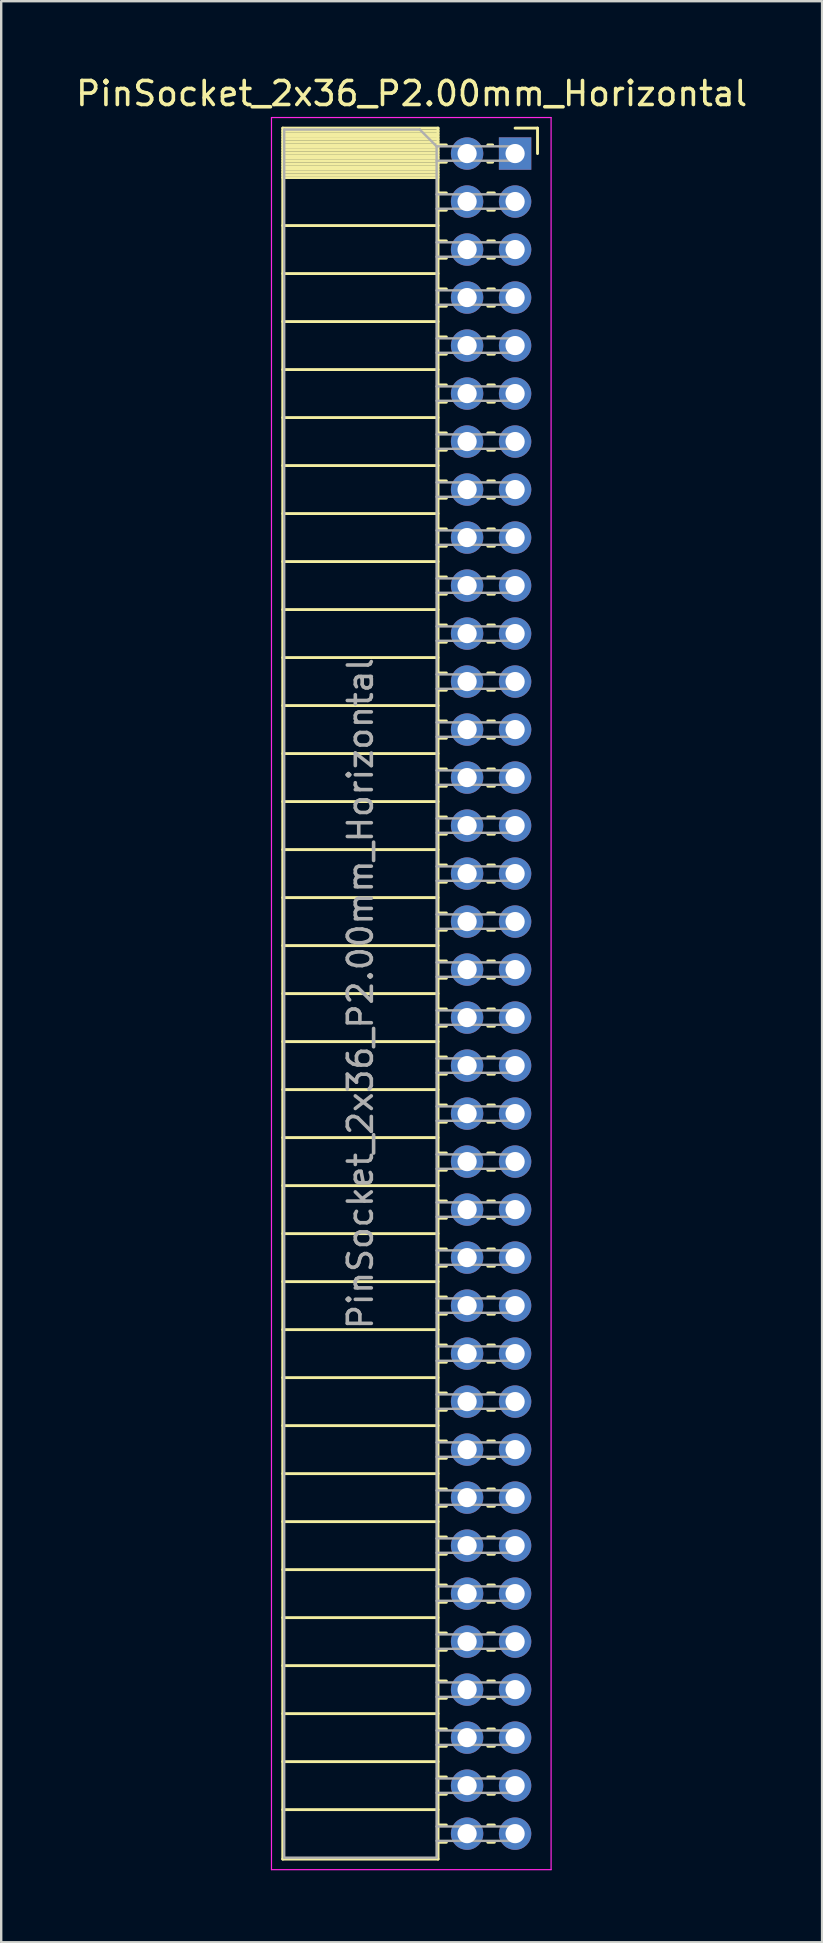
<source format=kicad_pcb>
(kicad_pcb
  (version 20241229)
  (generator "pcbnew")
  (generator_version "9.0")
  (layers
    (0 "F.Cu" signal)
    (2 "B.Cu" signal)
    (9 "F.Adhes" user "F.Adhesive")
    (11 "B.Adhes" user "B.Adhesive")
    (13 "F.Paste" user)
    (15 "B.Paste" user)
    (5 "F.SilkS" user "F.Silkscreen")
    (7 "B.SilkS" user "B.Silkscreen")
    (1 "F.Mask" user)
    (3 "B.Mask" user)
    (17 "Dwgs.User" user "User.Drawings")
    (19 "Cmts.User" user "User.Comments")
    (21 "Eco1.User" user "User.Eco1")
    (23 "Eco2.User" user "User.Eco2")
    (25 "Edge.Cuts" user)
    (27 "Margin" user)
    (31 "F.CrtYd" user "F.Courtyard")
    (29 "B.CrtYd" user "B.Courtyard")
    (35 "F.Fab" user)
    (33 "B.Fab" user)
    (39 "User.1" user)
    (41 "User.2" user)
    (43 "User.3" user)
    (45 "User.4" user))
  (footprint "PinSocket_2x36_P2.00mm_Horizontal"
    (layer "F.Cu")
    (at 18.411 3.348)
    (property "Reference" "PinSocket_2x36_P2.00mm_Horizontal" (at -4.31 -2.5 0) (layer "F.SilkS") (effects (font (size 1 1) (thickness 0.15))))
    (attr through_hole)
    (fp_line (start -9.68 -1.06) (end -9.68 71.06) (stroke (width 0.12) (type solid)) (layer "F.SilkS"))
    (fp_line (start -9.68 -1.06) (end -3.21 -1.06) (stroke (width 0.12) (type solid)) (layer "F.SilkS"))
    (fp_line (start -9.68 -0.94) (end -3.21 -0.94) (stroke (width 0.12) (type solid)) (layer "F.SilkS"))
    (fp_line (start -9.68 -0.826) (end -3.21 -0.826) (stroke (width 0.12) (type solid)) (layer "F.SilkS"))
    (fp_line (start -9.68 -0.712) (end -3.21 -0.712) (stroke (width 0.12) (type solid)) (layer "F.SilkS"))
    (fp_line (start -9.68 -0.598) (end -3.21 -0.598) (stroke (width 0.12) (type solid)) (layer "F.SilkS"))
    (fp_line (start -9.68 -0.484) (end -3.21 -0.484) (stroke (width 0.12) (type solid)) (layer "F.SilkS"))
    (fp_line (start -9.68 -0.369) (end -3.21 -0.369) (stroke (width 0.12) (type solid)) (layer "F.SilkS"))
    (fp_line (start -9.68 -0.255) (end -3.21 -0.255) (stroke (width 0.12) (type solid)) (layer "F.SilkS"))
    (fp_line (start -9.68 -0.141) (end -3.21 -0.141) (stroke (width 0.12) (type solid)) (layer "F.SilkS"))
    (fp_line (start -9.68 -0.027) (end -3.21 -0.027) (stroke (width 0.12) (type solid)) (layer "F.SilkS"))
    (fp_line (start -9.68 0.087) (end -3.21 0.087) (stroke (width 0.12) (type solid)) (layer "F.SilkS"))
    (fp_line (start -9.68 0.201) (end -3.21 0.201) (stroke (width 0.12) (type solid)) (layer "F.SilkS"))
    (fp_line (start -9.68 0.315) (end -3.21 0.315) (stroke (width 0.12) (type solid)) (layer "F.SilkS"))
    (fp_line (start -9.68 0.429) (end -3.21 0.429) (stroke (width 0.12) (type solid)) (layer "F.SilkS"))
    (fp_line (start -9.68 0.544) (end -3.21 0.544) (stroke (width 0.12) (type solid)) (layer "F.SilkS"))
    (fp_line (start -9.68 0.658) (end -3.21 0.658) (stroke (width 0.12) (type solid)) (layer "F.SilkS"))
    (fp_line (start -9.68 0.772) (end -3.21 0.772) (stroke (width 0.12) (type solid)) (layer "F.SilkS"))
    (fp_line (start -9.68 0.886) (end -3.21 0.886) (stroke (width 0.12) (type solid)) (layer "F.SilkS"))
    (fp_line (start -9.68 1) (end -3.21 1) (stroke (width 0.12) (type solid)) (layer "F.SilkS"))
    (fp_line (start -9.68 3) (end -3.21 3) (stroke (width 0.12) (type solid)) (layer "F.SilkS"))
    (fp_line (start -9.68 5) (end -3.21 5) (stroke (width 0.12) (type solid)) (layer "F.SilkS"))
    (fp_line (start -9.68 7) (end -3.21 7) (stroke (width 0.12) (type solid)) (layer "F.SilkS"))
    (fp_line (start -9.68 9) (end -3.21 9) (stroke (width 0.12) (type solid)) (layer "F.SilkS"))
    (fp_line (start -9.68 11) (end -3.21 11) (stroke (width 0.12) (type solid)) (layer "F.SilkS"))
    (fp_line (start -9.68 13) (end -3.21 13) (stroke (width 0.12) (type solid)) (layer "F.SilkS"))
    (fp_line (start -9.68 15) (end -3.21 15) (stroke (width 0.12) (type solid)) (layer "F.SilkS"))
    (fp_line (start -9.68 17) (end -3.21 17) (stroke (width 0.12) (type solid)) (layer "F.SilkS"))
    (fp_line (start -9.68 19) (end -3.21 19) (stroke (width 0.12) (type solid)) (layer "F.SilkS"))
    (fp_line (start -9.68 21) (end -3.21 21) (stroke (width 0.12) (type solid)) (layer "F.SilkS"))
    (fp_line (start -9.68 23) (end -3.21 23) (stroke (width 0.12) (type solid)) (layer "F.SilkS"))
    (fp_line (start -9.68 25) (end -3.21 25) (stroke (width 0.12) (type solid)) (layer "F.SilkS"))
    (fp_line (start -9.68 27) (end -3.21 27) (stroke (width 0.12) (type solid)) (layer "F.SilkS"))
    (fp_line (start -9.68 29) (end -3.21 29) (stroke (width 0.12) (type solid)) (layer "F.SilkS"))
    (fp_line (start -9.68 31) (end -3.21 31) (stroke (width 0.12) (type solid)) (layer "F.SilkS"))
    (fp_line (start -9.68 33) (end -3.21 33) (stroke (width 0.12) (type solid)) (layer "F.SilkS"))
    (fp_line (start -9.68 35) (end -3.21 35) (stroke (width 0.12) (type solid)) (layer "F.SilkS"))
    (fp_line (start -9.68 37) (end -3.21 37) (stroke (width 0.12) (type solid)) (layer "F.SilkS"))
    (fp_line (start -9.68 39) (end -3.21 39) (stroke (width 0.12) (type solid)) (layer "F.SilkS"))
    (fp_line (start -9.68 41) (end -3.21 41) (stroke (width 0.12) (type solid)) (layer "F.SilkS"))
    (fp_line (start -9.68 43) (end -3.21 43) (stroke (width 0.12) (type solid)) (layer "F.SilkS"))
    (fp_line (start -9.68 45) (end -3.21 45) (stroke (width 0.12) (type solid)) (layer "F.SilkS"))
    (fp_line (start -9.68 47) (end -3.21 47) (stroke (width 0.12) (type solid)) (layer "F.SilkS"))
    (fp_line (start -9.68 49) (end -3.21 49) (stroke (width 0.12) (type solid)) (layer "F.SilkS"))
    (fp_line (start -9.68 51) (end -3.21 51) (stroke (width 0.12) (type solid)) (layer "F.SilkS"))
    (fp_line (start -9.68 53) (end -3.21 53) (stroke (width 0.12) (type solid)) (layer "F.SilkS"))
    (fp_line (start -9.68 55) (end -3.21 55) (stroke (width 0.12) (type solid)) (layer "F.SilkS"))
    (fp_line (start -9.68 57) (end -3.21 57) (stroke (width 0.12) (type solid)) (layer "F.SilkS"))
    (fp_line (start -9.68 59) (end -3.21 59) (stroke (width 0.12) (type solid)) (layer "F.SilkS"))
    (fp_line (start -9.68 61) (end -3.21 61) (stroke (width 0.12) (type solid)) (layer "F.SilkS"))
    (fp_line (start -9.68 63) (end -3.21 63) (stroke (width 0.12) (type solid)) (layer "F.SilkS"))
    (fp_line (start -9.68 65) (end -3.21 65) (stroke (width 0.12) (type solid)) (layer "F.SilkS"))
    (fp_line (start -9.68 67) (end -3.21 67) (stroke (width 0.12) (type solid)) (layer "F.SilkS"))
    (fp_line (start -9.68 69) (end -3.21 69) (stroke (width 0.12) (type solid)) (layer "F.SilkS"))
    (fp_line (start -9.68 71.06) (end -3.21 71.06) (stroke (width 0.12) (type solid)) (layer "F.SilkS"))
    (fp_line (start -3.21 -1.06) (end -3.21 71.06) (stroke (width 0.12) (type solid)) (layer "F.SilkS"))
    (fp_line (start -3.21 -0.36) (end -2.863 -0.36) (stroke (width 0.12) (type solid)) (layer "F.SilkS"))
    (fp_line (start -3.21 0.36) (end -2.863 0.36) (stroke (width 0.12) (type solid)) (layer "F.SilkS"))
    (fp_line (start -3.21 1.64) (end -2.863 1.64) (stroke (width 0.12) (type solid)) (layer "F.SilkS"))
    (fp_line (start -3.21 2.36) (end -2.863 2.36) (stroke (width 0.12) (type solid)) (layer "F.SilkS"))
    (fp_line (start -3.21 3.64) (end -2.863 3.64) (stroke (width 0.12) (type solid)) (layer "F.SilkS"))
    (fp_line (start -3.21 4.36) (end -2.863 4.36) (stroke (width 0.12) (type solid)) (layer "F.SilkS"))
    (fp_line (start -3.21 5.64) (end -2.863 5.64) (stroke (width 0.12) (type solid)) (layer "F.SilkS"))
    (fp_line (start -3.21 6.36) (end -2.863 6.36) (stroke (width 0.12) (type solid)) (layer "F.SilkS"))
    (fp_line (start -3.21 7.64) (end -2.863 7.64) (stroke (width 0.12) (type solid)) (layer "F.SilkS"))
    (fp_line (start -3.21 8.36) (end -2.863 8.36) (stroke (width 0.12) (type solid)) (layer "F.SilkS"))
    (fp_line (start -3.21 9.64) (end -2.863 9.64) (stroke (width 0.12) (type solid)) (layer "F.SilkS"))
    (fp_line (start -3.21 10.36) (end -2.863 10.36) (stroke (width 0.12) (type solid)) (layer "F.SilkS"))
    (fp_line (start -3.21 11.64) (end -2.863 11.64) (stroke (width 0.12) (type solid)) (layer "F.SilkS"))
    (fp_line (start -3.21 12.36) (end -2.863 12.36) (stroke (width 0.12) (type solid)) (layer "F.SilkS"))
    (fp_line (start -3.21 13.64) (end -2.863 13.64) (stroke (width 0.12) (type solid)) (layer "F.SilkS"))
    (fp_line (start -3.21 14.36) (end -2.863 14.36) (stroke (width 0.12) (type solid)) (layer "F.SilkS"))
    (fp_line (start -3.21 15.64) (end -2.863 15.64) (stroke (width 0.12) (type solid)) (layer "F.SilkS"))
    (fp_line (start -3.21 16.36) (end -2.863 16.36) (stroke (width 0.12) (type solid)) (layer "F.SilkS"))
    (fp_line (start -3.21 17.64) (end -2.863 17.64) (stroke (width 0.12) (type solid)) (layer "F.SilkS"))
    (fp_line (start -3.21 18.36) (end -2.863 18.36) (stroke (width 0.12) (type solid)) (layer "F.SilkS"))
    (fp_line (start -3.21 19.64) (end -2.863 19.64) (stroke (width 0.12) (type solid)) (layer "F.SilkS"))
    (fp_line (start -3.21 20.36) (end -2.863 20.36) (stroke (width 0.12) (type solid)) (layer "F.SilkS"))
    (fp_line (start -3.21 21.64) (end -2.863 21.64) (stroke (width 0.12) (type solid)) (layer "F.SilkS"))
    (fp_line (start -3.21 22.36) (end -2.863 22.36) (stroke (width 0.12) (type solid)) (layer "F.SilkS"))
    (fp_line (start -3.21 23.64) (end -2.863 23.64) (stroke (width 0.12) (type solid)) (layer "F.SilkS"))
    (fp_line (start -3.21 24.36) (end -2.863 24.36) (stroke (width 0.12) (type solid)) (layer "F.SilkS"))
    (fp_line (start -3.21 25.64) (end -2.863 25.64) (stroke (width 0.12) (type solid)) (layer "F.SilkS"))
    (fp_line (start -3.21 26.36) (end -2.863 26.36) (stroke (width 0.12) (type solid)) (layer "F.SilkS"))
    (fp_line (start -3.21 27.64) (end -2.863 27.64) (stroke (width 0.12) (type solid)) (layer "F.SilkS"))
    (fp_line (start -3.21 28.36) (end -2.863 28.36) (stroke (width 0.12) (type solid)) (layer "F.SilkS"))
    (fp_line (start -3.21 29.64) (end -2.863 29.64) (stroke (width 0.12) (type solid)) (layer "F.SilkS"))
    (fp_line (start -3.21 30.36) (end -2.863 30.36) (stroke (width 0.12) (type solid)) (layer "F.SilkS"))
    (fp_line (start -3.21 31.64) (end -2.863 31.64) (stroke (width 0.12) (type solid)) (layer "F.SilkS"))
    (fp_line (start -3.21 32.36) (end -2.863 32.36) (stroke (width 0.12) (type solid)) (layer "F.SilkS"))
    (fp_line (start -3.21 33.64) (end -2.863 33.64) (stroke (width 0.12) (type solid)) (layer "F.SilkS"))
    (fp_line (start -3.21 34.36) (end -2.863 34.36) (stroke (width 0.12) (type solid)) (layer "F.SilkS"))
    (fp_line (start -3.21 35.64) (end -2.863 35.64) (stroke (width 0.12) (type solid)) (layer "F.SilkS"))
    (fp_line (start -3.21 36.36) (end -2.863 36.36) (stroke (width 0.12) (type solid)) (layer "F.SilkS"))
    (fp_line (start -3.21 37.64) (end -2.863 37.64) (stroke (width 0.12) (type solid)) (layer "F.SilkS"))
    (fp_line (start -3.21 38.36) (end -2.863 38.36) (stroke (width 0.12) (type solid)) (layer "F.SilkS"))
    (fp_line (start -3.21 39.64) (end -2.863 39.64) (stroke (width 0.12) (type solid)) (layer "F.SilkS"))
    (fp_line (start -3.21 40.36) (end -2.863 40.36) (stroke (width 0.12) (type solid)) (layer "F.SilkS"))
    (fp_line (start -3.21 41.64) (end -2.863 41.64) (stroke (width 0.12) (type solid)) (layer "F.SilkS"))
    (fp_line (start -3.21 42.36) (end -2.863 42.36) (stroke (width 0.12) (type solid)) (layer "F.SilkS"))
    (fp_line (start -3.21 43.64) (end -2.863 43.64) (stroke (width 0.12) (type solid)) (layer "F.SilkS"))
    (fp_line (start -3.21 44.36) (end -2.863 44.36) (stroke (width 0.12) (type solid)) (layer "F.SilkS"))
    (fp_line (start -3.21 45.64) (end -2.863 45.64) (stroke (width 0.12) (type solid)) (layer "F.SilkS"))
    (fp_line (start -3.21 46.36) (end -2.863 46.36) (stroke (width 0.12) (type solid)) (layer "F.SilkS"))
    (fp_line (start -3.21 47.64) (end -2.863 47.64) (stroke (width 0.12) (type solid)) (layer "F.SilkS"))
    (fp_line (start -3.21 48.36) (end -2.863 48.36) (stroke (width 0.12) (type solid)) (layer "F.SilkS"))
    (fp_line (start -3.21 49.64) (end -2.863 49.64) (stroke (width 0.12) (type solid)) (layer "F.SilkS"))
    (fp_line (start -3.21 50.36) (end -2.863 50.36) (stroke (width 0.12) (type solid)) (layer "F.SilkS"))
    (fp_line (start -3.21 51.64) (end -2.863 51.64) (stroke (width 0.12) (type solid)) (layer "F.SilkS"))
    (fp_line (start -3.21 52.36) (end -2.863 52.36) (stroke (width 0.12) (type solid)) (layer "F.SilkS"))
    (fp_line (start -3.21 53.64) (end -2.863 53.64) (stroke (width 0.12) (type solid)) (layer "F.SilkS"))
    (fp_line (start -3.21 54.36) (end -2.863 54.36) (stroke (width 0.12) (type solid)) (layer "F.SilkS"))
    (fp_line (start -3.21 55.64) (end -2.863 55.64) (stroke (width 0.12) (type solid)) (layer "F.SilkS"))
    (fp_line (start -3.21 56.36) (end -2.863 56.36) (stroke (width 0.12) (type solid)) (layer "F.SilkS"))
    (fp_line (start -3.21 57.64) (end -2.863 57.64) (stroke (width 0.12) (type solid)) (layer "F.SilkS"))
    (fp_line (start -3.21 58.36) (end -2.863 58.36) (stroke (width 0.12) (type solid)) (layer "F.SilkS"))
    (fp_line (start -3.21 59.64) (end -2.863 59.64) (stroke (width 0.12) (type solid)) (layer "F.SilkS"))
    (fp_line (start -3.21 60.36) (end -2.863 60.36) (stroke (width 0.12) (type solid)) (layer "F.SilkS"))
    (fp_line (start -3.21 61.64) (end -2.863 61.64) (stroke (width 0.12) (type solid)) (layer "F.SilkS"))
    (fp_line (start -3.21 62.36) (end -2.863 62.36) (stroke (width 0.12) (type solid)) (layer "F.SilkS"))
    (fp_line (start -3.21 63.64) (end -2.863 63.64) (stroke (width 0.12) (type solid)) (layer "F.SilkS"))
    (fp_line (start -3.21 64.36) (end -2.863 64.36) (stroke (width 0.12) (type solid)) (layer "F.SilkS"))
    (fp_line (start -3.21 65.64) (end -2.863 65.64) (stroke (width 0.12) (type solid)) (layer "F.SilkS"))
    (fp_line (start -3.21 66.36) (end -2.863 66.36) (stroke (width 0.12) (type solid)) (layer "F.SilkS"))
    (fp_line (start -3.21 67.64) (end -2.863 67.64) (stroke (width 0.12) (type solid)) (layer "F.SilkS"))
    (fp_line (start -3.21 68.36) (end -2.863 68.36) (stroke (width 0.12) (type solid)) (layer "F.SilkS"))
    (fp_line (start -3.21 69.64) (end -2.863 69.64) (stroke (width 0.12) (type solid)) (layer "F.SilkS"))
    (fp_line (start -3.21 70.36) (end -2.863 70.36) (stroke (width 0.12) (type solid)) (layer "F.SilkS"))
    (fp_line (start -1.137 -0.36) (end -0.935 -0.36) (stroke (width 0.12) (type solid)) (layer "F.SilkS"))
    (fp_line (start -1.137 0.36) (end -0.935 0.36) (stroke (width 0.12) (type solid)) (layer "F.SilkS"))
    (fp_line (start -1.137 1.64) (end -0.863 1.64) (stroke (width 0.12) (type solid)) (layer "F.SilkS"))
    (fp_line (start -1.137 2.36) (end -0.863 2.36) (stroke (width 0.12) (type solid)) (layer "F.SilkS"))
    (fp_line (start -1.137 3.64) (end -0.863 3.64) (stroke (width 0.12) (type solid)) (layer "F.SilkS"))
    (fp_line (start -1.137 4.36) (end -0.863 4.36) (stroke (width 0.12) (type solid)) (layer "F.SilkS"))
    (fp_line (start -1.137 5.64) (end -0.863 5.64) (stroke (width 0.12) (type solid)) (layer "F.SilkS"))
    (fp_line (start -1.137 6.36) (end -0.863 6.36) (stroke (width 0.12) (type solid)) (layer "F.SilkS"))
    (fp_line (start -1.137 7.64) (end -0.863 7.64) (stroke (width 0.12) (type solid)) (layer "F.SilkS"))
    (fp_line (start -1.137 8.36) (end -0.863 8.36) (stroke (width 0.12) (type solid)) (layer "F.SilkS"))
    (fp_line (start -1.137 9.64) (end -0.863 9.64) (stroke (width 0.12) (type solid)) (layer "F.SilkS"))
    (fp_line (start -1.137 10.36) (end -0.863 10.36) (stroke (width 0.12) (type solid)) (layer "F.SilkS"))
    (fp_line (start -1.137 11.64) (end -0.863 11.64) (stroke (width 0.12) (type solid)) (layer "F.SilkS"))
    (fp_line (start -1.137 12.36) (end -0.863 12.36) (stroke (width 0.12) (type solid)) (layer "F.SilkS"))
    (fp_line (start -1.137 13.64) (end -0.863 13.64) (stroke (width 0.12) (type solid)) (layer "F.SilkS"))
    (fp_line (start -1.137 14.36) (end -0.863 14.36) (stroke (width 0.12) (type solid)) (layer "F.SilkS"))
    (fp_line (start -1.137 15.64) (end -0.863 15.64) (stroke (width 0.12) (type solid)) (layer "F.SilkS"))
    (fp_line (start -1.137 16.36) (end -0.863 16.36) (stroke (width 0.12) (type solid)) (layer "F.SilkS"))
    (fp_line (start -1.137 17.64) (end -0.863 17.64) (stroke (width 0.12) (type solid)) (layer "F.SilkS"))
    (fp_line (start -1.137 18.36) (end -0.863 18.36) (stroke (width 0.12) (type solid)) (layer "F.SilkS"))
    (fp_line (start -1.137 19.64) (end -0.863 19.64) (stroke (width 0.12) (type solid)) (layer "F.SilkS"))
    (fp_line (start -1.137 20.36) (end -0.863 20.36) (stroke (width 0.12) (type solid)) (layer "F.SilkS"))
    (fp_line (start -1.137 21.64) (end -0.863 21.64) (stroke (width 0.12) (type solid)) (layer "F.SilkS"))
    (fp_line (start -1.137 22.36) (end -0.863 22.36) (stroke (width 0.12) (type solid)) (layer "F.SilkS"))
    (fp_line (start -1.137 23.64) (end -0.863 23.64) (stroke (width 0.12) (type solid)) (layer "F.SilkS"))
    (fp_line (start -1.137 24.36) (end -0.863 24.36) (stroke (width 0.12) (type solid)) (layer "F.SilkS"))
    (fp_line (start -1.137 25.64) (end -0.863 25.64) (stroke (width 0.12) (type solid)) (layer "F.SilkS"))
    (fp_line (start -1.137 26.36) (end -0.863 26.36) (stroke (width 0.12) (type solid)) (layer "F.SilkS"))
    (fp_line (start -1.137 27.64) (end -0.863 27.64) (stroke (width 0.12) (type solid)) (layer "F.SilkS"))
    (fp_line (start -1.137 28.36) (end -0.863 28.36) (stroke (width 0.12) (type solid)) (layer "F.SilkS"))
    (fp_line (start -1.137 29.64) (end -0.863 29.64) (stroke (width 0.12) (type solid)) (layer "F.SilkS"))
    (fp_line (start -1.137 30.36) (end -0.863 30.36) (stroke (width 0.12) (type solid)) (layer "F.SilkS"))
    (fp_line (start -1.137 31.64) (end -0.863 31.64) (stroke (width 0.12) (type solid)) (layer "F.SilkS"))
    (fp_line (start -1.137 32.36) (end -0.863 32.36) (stroke (width 0.12) (type solid)) (layer "F.SilkS"))
    (fp_line (start -1.137 33.64) (end -0.863 33.64) (stroke (width 0.12) (type solid)) (layer "F.SilkS"))
    (fp_line (start -1.137 34.36) (end -0.863 34.36) (stroke (width 0.12) (type solid)) (layer "F.SilkS"))
    (fp_line (start -1.137 35.64) (end -0.863 35.64) (stroke (width 0.12) (type solid)) (layer "F.SilkS"))
    (fp_line (start -1.137 36.36) (end -0.863 36.36) (stroke (width 0.12) (type solid)) (layer "F.SilkS"))
    (fp_line (start -1.137 37.64) (end -0.863 37.64) (stroke (width 0.12) (type solid)) (layer "F.SilkS"))
    (fp_line (start -1.137 38.36) (end -0.863 38.36) (stroke (width 0.12) (type solid)) (layer "F.SilkS"))
    (fp_line (start -1.137 39.64) (end -0.863 39.64) (stroke (width 0.12) (type solid)) (layer "F.SilkS"))
    (fp_line (start -1.137 40.36) (end -0.863 40.36) (stroke (width 0.12) (type solid)) (layer "F.SilkS"))
    (fp_line (start -1.137 41.64) (end -0.863 41.64) (stroke (width 0.12) (type solid)) (layer "F.SilkS"))
    (fp_line (start -1.137 42.36) (end -0.863 42.36) (stroke (width 0.12) (type solid)) (layer "F.SilkS"))
    (fp_line (start -1.137 43.64) (end -0.863 43.64) (stroke (width 0.12) (type solid)) (layer "F.SilkS"))
    (fp_line (start -1.137 44.36) (end -0.863 44.36) (stroke (width 0.12) (type solid)) (layer "F.SilkS"))
    (fp_line (start -1.137 45.64) (end -0.863 45.64) (stroke (width 0.12) (type solid)) (layer "F.SilkS"))
    (fp_line (start -1.137 46.36) (end -0.863 46.36) (stroke (width 0.12) (type solid)) (layer "F.SilkS"))
    (fp_line (start -1.137 47.64) (end -0.863 47.64) (stroke (width 0.12) (type solid)) (layer "F.SilkS"))
    (fp_line (start -1.137 48.36) (end -0.863 48.36) (stroke (width 0.12) (type solid)) (layer "F.SilkS"))
    (fp_line (start -1.137 49.64) (end -0.863 49.64) (stroke (width 0.12) (type solid)) (layer "F.SilkS"))
    (fp_line (start -1.137 50.36) (end -0.863 50.36) (stroke (width 0.12) (type solid)) (layer "F.SilkS"))
    (fp_line (start -1.137 51.64) (end -0.863 51.64) (stroke (width 0.12) (type solid)) (layer "F.SilkS"))
    (fp_line (start -1.137 52.36) (end -0.863 52.36) (stroke (width 0.12) (type solid)) (layer "F.SilkS"))
    (fp_line (start -1.137 53.64) (end -0.863 53.64) (stroke (width 0.12) (type solid)) (layer "F.SilkS"))
    (fp_line (start -1.137 54.36) (end -0.863 54.36) (stroke (width 0.12) (type solid)) (layer "F.SilkS"))
    (fp_line (start -1.137 55.64) (end -0.863 55.64) (stroke (width 0.12) (type solid)) (layer "F.SilkS"))
    (fp_line (start -1.137 56.36) (end -0.863 56.36) (stroke (width 0.12) (type solid)) (layer "F.SilkS"))
    (fp_line (start -1.137 57.64) (end -0.863 57.64) (stroke (width 0.12) (type solid)) (layer "F.SilkS"))
    (fp_line (start -1.137 58.36) (end -0.863 58.36) (stroke (width 0.12) (type solid)) (layer "F.SilkS"))
    (fp_line (start -1.137 59.64) (end -0.863 59.64) (stroke (width 0.12) (type solid)) (layer "F.SilkS"))
    (fp_line (start -1.137 60.36) (end -0.863 60.36) (stroke (width 0.12) (type solid)) (layer "F.SilkS"))
    (fp_line (start -1.137 61.64) (end -0.863 61.64) (stroke (width 0.12) (type solid)) (layer "F.SilkS"))
    (fp_line (start -1.137 62.36) (end -0.863 62.36) (stroke (width 0.12) (type solid)) (layer "F.SilkS"))
    (fp_line (start -1.137 63.64) (end -0.863 63.64) (stroke (width 0.12) (type solid)) (layer "F.SilkS"))
    (fp_line (start -1.137 64.36) (end -0.863 64.36) (stroke (width 0.12) (type solid)) (layer "F.SilkS"))
    (fp_line (start -1.137 65.64) (end -0.863 65.64) (stroke (width 0.12) (type solid)) (layer "F.SilkS"))
    (fp_line (start -1.137 66.36) (end -0.863 66.36) (stroke (width 0.12) (type solid)) (layer "F.SilkS"))
    (fp_line (start -1.137 67.64) (end -0.863 67.64) (stroke (width 0.12) (type solid)) (layer "F.SilkS"))
    (fp_line (start -1.137 68.36) (end -0.863 68.36) (stroke (width 0.12) (type solid)) (layer "F.SilkS"))
    (fp_line (start -1.137 69.64) (end -0.863 69.64) (stroke (width 0.12) (type solid)) (layer "F.SilkS"))
    (fp_line (start -1.137 70.36) (end -0.863 70.36) (stroke (width 0.12) (type solid)) (layer "F.SilkS"))
    (fp_line (start 0 -1.06) (end 0.935 -1.06) (stroke (width 0.12) (type solid)) (layer "F.SilkS"))
    (fp_line (start 0.935 -1.06) (end 0.935 0) (stroke (width 0.12) (type solid)) (layer "F.SilkS"))
    (fp_line (start -10.15 -1.5) (end -10.15 71.5) (stroke (width 0.05) (type solid)) (layer "F.CrtYd"))
    (fp_line (start -10.15 71.5) (end 1.5 71.5) (stroke (width 0.05) (type solid)) (layer "F.CrtYd"))
    (fp_line (start 1.5 -1.5) (end -10.15 -1.5) (stroke (width 0.05) (type solid)) (layer "F.CrtYd"))
    (fp_line (start 1.5 71.5) (end 1.5 -1.5) (stroke (width 0.05) (type solid)) (layer "F.CrtYd"))
    (fp_line (start -9.62 -1) (end -3.97 -1) (stroke (width 0.1) (type solid)) (layer "F.Fab"))
    (fp_line (start -9.62 71) (end -9.62 -1) (stroke (width 0.1) (type solid)) (layer "F.Fab"))
    (fp_line (start -3.97 -1) (end -3.27 -0.3) (stroke (width 0.1) (type solid)) (layer "F.Fab"))
    (fp_line (start -3.27 -0.3) (end -3.27 71) (stroke (width 0.1) (type solid)) (layer "F.Fab"))
    (fp_line (start -3.27 0.3) (end 0 0.3) (stroke (width 0.1) (type solid)) (layer "F.Fab"))
    (fp_line (start -3.27 2.3) (end 0 2.3) (stroke (width 0.1) (type solid)) (layer "F.Fab"))
    (fp_line (start -3.27 4.3) (end 0 4.3) (stroke (width 0.1) (type solid)) (layer "F.Fab"))
    (fp_line (start -3.27 6.3) (end 0 6.3) (stroke (width 0.1) (type solid)) (layer "F.Fab"))
    (fp_line (start -3.27 8.3) (end 0 8.3) (stroke (width 0.1) (type solid)) (layer "F.Fab"))
    (fp_line (start -3.27 10.3) (end 0 10.3) (stroke (width 0.1) (type solid)) (layer "F.Fab"))
    (fp_line (start -3.27 12.3) (end 0 12.3) (stroke (width 0.1) (type solid)) (layer "F.Fab"))
    (fp_line (start -3.27 14.3) (end 0 14.3) (stroke (width 0.1) (type solid)) (layer "F.Fab"))
    (fp_line (start -3.27 16.3) (end 0 16.3) (stroke (width 0.1) (type solid)) (layer "F.Fab"))
    (fp_line (start -3.27 18.3) (end 0 18.3) (stroke (width 0.1) (type solid)) (layer "F.Fab"))
    (fp_line (start -3.27 20.3) (end 0 20.3) (stroke (width 0.1) (type solid)) (layer "F.Fab"))
    (fp_line (start -3.27 22.3) (end 0 22.3) (stroke (width 0.1) (type solid)) (layer "F.Fab"))
    (fp_line (start -3.27 24.3) (end 0 24.3) (stroke (width 0.1) (type solid)) (layer "F.Fab"))
    (fp_line (start -3.27 26.3) (end 0 26.3) (stroke (width 0.1) (type solid)) (layer "F.Fab"))
    (fp_line (start -3.27 28.3) (end 0 28.3) (stroke (width 0.1) (type solid)) (layer "F.Fab"))
    (fp_line (start -3.27 30.3) (end 0 30.3) (stroke (width 0.1) (type solid)) (layer "F.Fab"))
    (fp_line (start -3.27 32.3) (end 0 32.3) (stroke (width 0.1) (type solid)) (layer "F.Fab"))
    (fp_line (start -3.27 34.3) (end 0 34.3) (stroke (width 0.1) (type solid)) (layer "F.Fab"))
    (fp_line (start -3.27 36.3) (end 0 36.3) (stroke (width 0.1) (type solid)) (layer "F.Fab"))
    (fp_line (start -3.27 38.3) (end 0 38.3) (stroke (width 0.1) (type solid)) (layer "F.Fab"))
    (fp_line (start -3.27 40.3) (end 0 40.3) (stroke (width 0.1) (type solid)) (layer "F.Fab"))
    (fp_line (start -3.27 42.3) (end 0 42.3) (stroke (width 0.1) (type solid)) (layer "F.Fab"))
    (fp_line (start -3.27 44.3) (end 0 44.3) (stroke (width 0.1) (type solid)) (layer "F.Fab"))
    (fp_line (start -3.27 46.3) (end 0 46.3) (stroke (width 0.1) (type solid)) (layer "F.Fab"))
    (fp_line (start -3.27 48.3) (end 0 48.3) (stroke (width 0.1) (type solid)) (layer "F.Fab"))
    (fp_line (start -3.27 50.3) (end 0 50.3) (stroke (width 0.1) (type solid)) (layer "F.Fab"))
    (fp_line (start -3.27 52.3) (end 0 52.3) (stroke (width 0.1) (type solid)) (layer "F.Fab"))
    (fp_line (start -3.27 54.3) (end 0 54.3) (stroke (width 0.1) (type solid)) (layer "F.Fab"))
    (fp_line (start -3.27 56.3) (end 0 56.3) (stroke (width 0.1) (type solid)) (layer "F.Fab"))
    (fp_line (start -3.27 58.3) (end 0 58.3) (stroke (width 0.1) (type solid)) (layer "F.Fab"))
    (fp_line (start -3.27 60.3) (end 0 60.3) (stroke (width 0.1) (type solid)) (layer "F.Fab"))
    (fp_line (start -3.27 62.3) (end 0 62.3) (stroke (width 0.1) (type solid)) (layer "F.Fab"))
    (fp_line (start -3.27 64.3) (end 0 64.3) (stroke (width 0.1) (type solid)) (layer "F.Fab"))
    (fp_line (start -3.27 66.3) (end 0 66.3) (stroke (width 0.1) (type solid)) (layer "F.Fab"))
    (fp_line (start -3.27 68.3) (end 0 68.3) (stroke (width 0.1) (type solid)) (layer "F.Fab"))
    (fp_line (start -3.27 70.3) (end 0 70.3) (stroke (width 0.1) (type solid)) (layer "F.Fab"))
    (fp_line (start -3.27 71) (end -9.62 71) (stroke (width 0.1) (type solid)) (layer "F.Fab"))
    (fp_line (start 0 -0.3) (end -3.27 -0.3) (stroke (width 0.1) (type solid)) (layer "F.Fab"))
    (fp_line (start 0 0.3) (end 0 -0.3) (stroke (width 0.1) (type solid)) (layer "F.Fab"))
    (fp_line (start 0 1.7) (end -3.27 1.7) (stroke (width 0.1) (type solid)) (layer "F.Fab"))
    (fp_line (start 0 2.3) (end 0 1.7) (stroke (width 0.1) (type solid)) (layer "F.Fab"))
    (fp_line (start 0 3.7) (end -3.27 3.7) (stroke (width 0.1) (type solid)) (layer "F.Fab"))
    (fp_line (start 0 4.3) (end 0 3.7) (stroke (width 0.1) (type solid)) (layer "F.Fab"))
    (fp_line (start 0 5.7) (end -3.27 5.7) (stroke (width 0.1) (type solid)) (layer "F.Fab"))
    (fp_line (start 0 6.3) (end 0 5.7) (stroke (width 0.1) (type solid)) (layer "F.Fab"))
    (fp_line (start 0 7.7) (end -3.27 7.7) (stroke (width 0.1) (type solid)) (layer "F.Fab"))
    (fp_line (start 0 8.3) (end 0 7.7) (stroke (width 0.1) (type solid)) (layer "F.Fab"))
    (fp_line (start 0 9.7) (end -3.27 9.7) (stroke (width 0.1) (type solid)) (layer "F.Fab"))
    (fp_line (start 0 10.3) (end 0 9.7) (stroke (width 0.1) (type solid)) (layer "F.Fab"))
    (fp_line (start 0 11.7) (end -3.27 11.7) (stroke (width 0.1) (type solid)) (layer "F.Fab"))
    (fp_line (start 0 12.3) (end 0 11.7) (stroke (width 0.1) (type solid)) (layer "F.Fab"))
    (fp_line (start 0 13.7) (end -3.27 13.7) (stroke (width 0.1) (type solid)) (layer "F.Fab"))
    (fp_line (start 0 14.3) (end 0 13.7) (stroke (width 0.1) (type solid)) (layer "F.Fab"))
    (fp_line (start 0 15.7) (end -3.27 15.7) (stroke (width 0.1) (type solid)) (layer "F.Fab"))
    (fp_line (start 0 16.3) (end 0 15.7) (stroke (width 0.1) (type solid)) (layer "F.Fab"))
    (fp_line (start 0 17.7) (end -3.27 17.7) (stroke (width 0.1) (type solid)) (layer "F.Fab"))
    (fp_line (start 0 18.3) (end 0 17.7) (stroke (width 0.1) (type solid)) (layer "F.Fab"))
    (fp_line (start 0 19.7) (end -3.27 19.7) (stroke (width 0.1) (type solid)) (layer "F.Fab"))
    (fp_line (start 0 20.3) (end 0 19.7) (stroke (width 0.1) (type solid)) (layer "F.Fab"))
    (fp_line (start 0 21.7) (end -3.27 21.7) (stroke (width 0.1) (type solid)) (layer "F.Fab"))
    (fp_line (start 0 22.3) (end 0 21.7) (stroke (width 0.1) (type solid)) (layer "F.Fab"))
    (fp_line (start 0 23.7) (end -3.27 23.7) (stroke (width 0.1) (type solid)) (layer "F.Fab"))
    (fp_line (start 0 24.3) (end 0 23.7) (stroke (width 0.1) (type solid)) (layer "F.Fab"))
    (fp_line (start 0 25.7) (end -3.27 25.7) (stroke (width 0.1) (type solid)) (layer "F.Fab"))
    (fp_line (start 0 26.3) (end 0 25.7) (stroke (width 0.1) (type solid)) (layer "F.Fab"))
    (fp_line (start 0 27.7) (end -3.27 27.7) (stroke (width 0.1) (type solid)) (layer "F.Fab"))
    (fp_line (start 0 28.3) (end 0 27.7) (stroke (width 0.1) (type solid)) (layer "F.Fab"))
    (fp_line (start 0 29.7) (end -3.27 29.7) (stroke (width 0.1) (type solid)) (layer "F.Fab"))
    (fp_line (start 0 30.3) (end 0 29.7) (stroke (width 0.1) (type solid)) (layer "F.Fab"))
    (fp_line (start 0 31.7) (end -3.27 31.7) (stroke (width 0.1) (type solid)) (layer "F.Fab"))
    (fp_line (start 0 32.3) (end 0 31.7) (stroke (width 0.1) (type solid)) (layer "F.Fab"))
    (fp_line (start 0 33.7) (end -3.27 33.7) (stroke (width 0.1) (type solid)) (layer "F.Fab"))
    (fp_line (start 0 34.3) (end 0 33.7) (stroke (width 0.1) (type solid)) (layer "F.Fab"))
    (fp_line (start 0 35.7) (end -3.27 35.7) (stroke (width 0.1) (type solid)) (layer "F.Fab"))
    (fp_line (start 0 36.3) (end 0 35.7) (stroke (width 0.1) (type solid)) (layer "F.Fab"))
    (fp_line (start 0 37.7) (end -3.27 37.7) (stroke (width 0.1) (type solid)) (layer "F.Fab"))
    (fp_line (start 0 38.3) (end 0 37.7) (stroke (width 0.1) (type solid)) (layer "F.Fab"))
    (fp_line (start 0 39.7) (end -3.27 39.7) (stroke (width 0.1) (type solid)) (layer "F.Fab"))
    (fp_line (start 0 40.3) (end 0 39.7) (stroke (width 0.1) (type solid)) (layer "F.Fab"))
    (fp_line (start 0 41.7) (end -3.27 41.7) (stroke (width 0.1) (type solid)) (layer "F.Fab"))
    (fp_line (start 0 42.3) (end 0 41.7) (stroke (width 0.1) (type solid)) (layer "F.Fab"))
    (fp_line (start 0 43.7) (end -3.27 43.7) (stroke (width 0.1) (type solid)) (layer "F.Fab"))
    (fp_line (start 0 44.3) (end 0 43.7) (stroke (width 0.1) (type solid)) (layer "F.Fab"))
    (fp_line (start 0 45.7) (end -3.27 45.7) (stroke (width 0.1) (type solid)) (layer "F.Fab"))
    (fp_line (start 0 46.3) (end 0 45.7) (stroke (width 0.1) (type solid)) (layer "F.Fab"))
    (fp_line (start 0 47.7) (end -3.27 47.7) (stroke (width 0.1) (type solid)) (layer "F.Fab"))
    (fp_line (start 0 48.3) (end 0 47.7) (stroke (width 0.1) (type solid)) (layer "F.Fab"))
    (fp_line (start 0 49.7) (end -3.27 49.7) (stroke (width 0.1) (type solid)) (layer "F.Fab"))
    (fp_line (start 0 50.3) (end 0 49.7) (stroke (width 0.1) (type solid)) (layer "F.Fab"))
    (fp_line (start 0 51.7) (end -3.27 51.7) (stroke (width 0.1) (type solid)) (layer "F.Fab"))
    (fp_line (start 0 52.3) (end 0 51.7) (stroke (width 0.1) (type solid)) (layer "F.Fab"))
    (fp_line (start 0 53.7) (end -3.27 53.7) (stroke (width 0.1) (type solid)) (layer "F.Fab"))
    (fp_line (start 0 54.3) (end 0 53.7) (stroke (width 0.1) (type solid)) (layer "F.Fab"))
    (fp_line (start 0 55.7) (end -3.27 55.7) (stroke (width 0.1) (type solid)) (layer "F.Fab"))
    (fp_line (start 0 56.3) (end 0 55.7) (stroke (width 0.1) (type solid)) (layer "F.Fab"))
    (fp_line (start 0 57.7) (end -3.27 57.7) (stroke (width 0.1) (type solid)) (layer "F.Fab"))
    (fp_line (start 0 58.3) (end 0 57.7) (stroke (width 0.1) (type solid)) (layer "F.Fab"))
    (fp_line (start 0 59.7) (end -3.27 59.7) (stroke (width 0.1) (type solid)) (layer "F.Fab"))
    (fp_line (start 0 60.3) (end 0 59.7) (stroke (width 0.1) (type solid)) (layer "F.Fab"))
    (fp_line (start 0 61.7) (end -3.27 61.7) (stroke (width 0.1) (type solid)) (layer "F.Fab"))
    (fp_line (start 0 62.3) (end 0 61.7) (stroke (width 0.1) (type solid)) (layer "F.Fab"))
    (fp_line (start 0 63.7) (end -3.27 63.7) (stroke (width 0.1) (type solid)) (layer "F.Fab"))
    (fp_line (start 0 64.3) (end 0 63.7) (stroke (width 0.1) (type solid)) (layer "F.Fab"))
    (fp_line (start 0 65.7) (end -3.27 65.7) (stroke (width 0.1) (type solid)) (layer "F.Fab"))
    (fp_line (start 0 66.3) (end 0 65.7) (stroke (width 0.1) (type solid)) (layer "F.Fab"))
    (fp_line (start 0 67.7) (end -3.27 67.7) (stroke (width 0.1) (type solid)) (layer "F.Fab"))
    (fp_line (start 0 68.3) (end 0 67.7) (stroke (width 0.1) (type solid)) (layer "F.Fab"))
    (fp_line (start 0 69.7) (end -3.27 69.7) (stroke (width 0.1) (type solid)) (layer "F.Fab"))
    (fp_line (start 0 70.3) (end 0 69.7) (stroke (width 0.1) (type solid)) (layer "F.Fab"))
    (fp_text user "${REFERENCE}" (at -6.445 35 90) (layer "F.Fab") (effects (font (size 1 1) (thickness 0.15))))
    (pad "1" thru_hole rect (at 0 0) (size 1.35 1.35) (drill 0.8) (layers "*.Cu" "*.Mask"))
    (pad "2" thru_hole oval (at -2 0) (size 1.35 1.35) (drill 0.8) (layers "*.Cu" "*.Mask"))
    (pad "3" thru_hole oval (at 0 2) (size 1.35 1.35) (drill 0.8) (layers "*.Cu" "*.Mask"))
    (pad "4" thru_hole oval (at -2 2) (size 1.35 1.35) (drill 0.8) (layers "*.Cu" "*.Mask"))
    (pad "5" thru_hole oval (at 0 4) (size 1.35 1.35) (drill 0.8) (layers "*.Cu" "*.Mask"))
    (pad "6" thru_hole oval (at -2 4) (size 1.35 1.35) (drill 0.8) (layers "*.Cu" "*.Mask"))
    (pad "7" thru_hole oval (at 0 6) (size 1.35 1.35) (drill 0.8) (layers "*.Cu" "*.Mask"))
    (pad "8" thru_hole oval (at -2 6) (size 1.35 1.35) (drill 0.8) (layers "*.Cu" "*.Mask"))
    (pad "9" thru_hole oval (at 0 8) (size 1.35 1.35) (drill 0.8) (layers "*.Cu" "*.Mask"))
    (pad "10" thru_hole oval (at -2 8) (size 1.35 1.35) (drill 0.8) (layers "*.Cu" "*.Mask"))
    (pad "11" thru_hole oval (at 0 10) (size 1.35 1.35) (drill 0.8) (layers "*.Cu" "*.Mask"))
    (pad "12" thru_hole oval (at -2 10) (size 1.35 1.35) (drill 0.8) (layers "*.Cu" "*.Mask"))
    (pad "13" thru_hole oval (at 0 12) (size 1.35 1.35) (drill 0.8) (layers "*.Cu" "*.Mask"))
    (pad "14" thru_hole oval (at -2 12) (size 1.35 1.35) (drill 0.8) (layers "*.Cu" "*.Mask"))
    (pad "15" thru_hole oval (at 0 14) (size 1.35 1.35) (drill 0.8) (layers "*.Cu" "*.Mask"))
    (pad "16" thru_hole oval (at -2 14) (size 1.35 1.35) (drill 0.8) (layers "*.Cu" "*.Mask"))
    (pad "17" thru_hole oval (at 0 16) (size 1.35 1.35) (drill 0.8) (layers "*.Cu" "*.Mask"))
    (pad "18" thru_hole oval (at -2 16) (size 1.35 1.35) (drill 0.8) (layers "*.Cu" "*.Mask"))
    (pad "19" thru_hole oval (at 0 18) (size 1.35 1.35) (drill 0.8) (layers "*.Cu" "*.Mask"))
    (pad "20" thru_hole oval (at -2 18) (size 1.35 1.35) (drill 0.8) (layers "*.Cu" "*.Mask"))
    (pad "21" thru_hole oval (at 0 20) (size 1.35 1.35) (drill 0.8) (layers "*.Cu" "*.Mask"))
    (pad "22" thru_hole oval (at -2 20) (size 1.35 1.35) (drill 0.8) (layers "*.Cu" "*.Mask"))
    (pad "23" thru_hole oval (at 0 22) (size 1.35 1.35) (drill 0.8) (layers "*.Cu" "*.Mask"))
    (pad "24" thru_hole oval (at -2 22) (size 1.35 1.35) (drill 0.8) (layers "*.Cu" "*.Mask"))
    (pad "25" thru_hole oval (at 0 24) (size 1.35 1.35) (drill 0.8) (layers "*.Cu" "*.Mask"))
    (pad "26" thru_hole oval (at -2 24) (size 1.35 1.35) (drill 0.8) (layers "*.Cu" "*.Mask"))
    (pad "27" thru_hole oval (at 0 26) (size 1.35 1.35) (drill 0.8) (layers "*.Cu" "*.Mask"))
    (pad "28" thru_hole oval (at -2 26) (size 1.35 1.35) (drill 0.8) (layers "*.Cu" "*.Mask"))
    (pad "29" thru_hole oval (at 0 28) (size 1.35 1.35) (drill 0.8) (layers "*.Cu" "*.Mask"))
    (pad "30" thru_hole oval (at -2 28) (size 1.35 1.35) (drill 0.8) (layers "*.Cu" "*.Mask"))
    (pad "31" thru_hole oval (at 0 30) (size 1.35 1.35) (drill 0.8) (layers "*.Cu" "*.Mask"))
    (pad "32" thru_hole oval (at -2 30) (size 1.35 1.35) (drill 0.8) (layers "*.Cu" "*.Mask"))
    (pad "33" thru_hole oval (at 0 32) (size 1.35 1.35) (drill 0.8) (layers "*.Cu" "*.Mask"))
    (pad "34" thru_hole oval (at -2 32) (size 1.35 1.35) (drill 0.8) (layers "*.Cu" "*.Mask"))
    (pad "35" thru_hole oval (at 0 34) (size 1.35 1.35) (drill 0.8) (layers "*.Cu" "*.Mask"))
    (pad "36" thru_hole oval (at -2 34) (size 1.35 1.35) (drill 0.8) (layers "*.Cu" "*.Mask"))
    (pad "37" thru_hole oval (at 0 36) (size 1.35 1.35) (drill 0.8) (layers "*.Cu" "*.Mask"))
    (pad "38" thru_hole oval (at -2 36) (size 1.35 1.35) (drill 0.8) (layers "*.Cu" "*.Mask"))
    (pad "39" thru_hole oval (at 0 38) (size 1.35 1.35) (drill 0.8) (layers "*.Cu" "*.Mask"))
    (pad "40" thru_hole oval (at -2 38) (size 1.35 1.35) (drill 0.8) (layers "*.Cu" "*.Mask"))
    (pad "41" thru_hole oval (at 0 40) (size 1.35 1.35) (drill 0.8) (layers "*.Cu" "*.Mask"))
    (pad "42" thru_hole oval (at -2 40) (size 1.35 1.35) (drill 0.8) (layers "*.Cu" "*.Mask"))
    (pad "43" thru_hole oval (at 0 42) (size 1.35 1.35) (drill 0.8) (layers "*.Cu" "*.Mask"))
    (pad "44" thru_hole oval (at -2 42) (size 1.35 1.35) (drill 0.8) (layers "*.Cu" "*.Mask"))
    (pad "45" thru_hole oval (at 0 44) (size 1.35 1.35) (drill 0.8) (layers "*.Cu" "*.Mask"))
    (pad "46" thru_hole oval (at -2 44) (size 1.35 1.35) (drill 0.8) (layers "*.Cu" "*.Mask"))
    (pad "47" thru_hole oval (at 0 46) (size 1.35 1.35) (drill 0.8) (layers "*.Cu" "*.Mask"))
    (pad "48" thru_hole oval (at -2 46) (size 1.35 1.35) (drill 0.8) (layers "*.Cu" "*.Mask"))
    (pad "49" thru_hole oval (at 0 48) (size 1.35 1.35) (drill 0.8) (layers "*.Cu" "*.Mask"))
    (pad "50" thru_hole oval (at -2 48) (size 1.35 1.35) (drill 0.8) (layers "*.Cu" "*.Mask"))
    (pad "51" thru_hole oval (at 0 50) (size 1.35 1.35) (drill 0.8) (layers "*.Cu" "*.Mask"))
    (pad "52" thru_hole oval (at -2 50) (size 1.35 1.35) (drill 0.8) (layers "*.Cu" "*.Mask"))
    (pad "53" thru_hole oval (at 0 52) (size 1.35 1.35) (drill 0.8) (layers "*.Cu" "*.Mask"))
    (pad "54" thru_hole oval (at -2 52) (size 1.35 1.35) (drill 0.8) (layers "*.Cu" "*.Mask"))
    (pad "55" thru_hole oval (at 0 54) (size 1.35 1.35) (drill 0.8) (layers "*.Cu" "*.Mask"))
    (pad "56" thru_hole oval (at -2 54) (size 1.35 1.35) (drill 0.8) (layers "*.Cu" "*.Mask"))
    (pad "57" thru_hole oval (at 0 56) (size 1.35 1.35) (drill 0.8) (layers "*.Cu" "*.Mask"))
    (pad "58" thru_hole oval (at -2 56) (size 1.35 1.35) (drill 0.8) (layers "*.Cu" "*.Mask"))
    (pad "59" thru_hole oval (at 0 58) (size 1.35 1.35) (drill 0.8) (layers "*.Cu" "*.Mask"))
    (pad "60" thru_hole oval (at -2 58) (size 1.35 1.35) (drill 0.8) (layers "*.Cu" "*.Mask"))
    (pad "61" thru_hole oval (at 0 60) (size 1.35 1.35) (drill 0.8) (layers "*.Cu" "*.Mask"))
    (pad "62" thru_hole oval (at -2 60) (size 1.35 1.35) (drill 0.8) (layers "*.Cu" "*.Mask"))
    (pad "63" thru_hole oval (at 0 62) (size 1.35 1.35) (drill 0.8) (layers "*.Cu" "*.Mask"))
    (pad "64" thru_hole oval (at -2 62) (size 1.35 1.35) (drill 0.8) (layers "*.Cu" "*.Mask"))
    (pad "65" thru_hole oval (at 0 64) (size 1.35 1.35) (drill 0.8) (layers "*.Cu" "*.Mask"))
    (pad "66" thru_hole oval (at -2 64) (size 1.35 1.35) (drill 0.8) (layers "*.Cu" "*.Mask"))
    (pad "67" thru_hole oval (at 0 66) (size 1.35 1.35) (drill 0.8) (layers "*.Cu" "*.Mask"))
    (pad "68" thru_hole oval (at -2 66) (size 1.35 1.35) (drill 0.8) (layers "*.Cu" "*.Mask"))
    (pad "69" thru_hole oval (at 0 68) (size 1.35 1.35) (drill 0.8) (layers "*.Cu" "*.Mask"))
    (pad "70" thru_hole oval (at -2 68) (size 1.35 1.35) (drill 0.8) (layers "*.Cu" "*.Mask"))
    (pad "71" thru_hole oval (at 0 70) (size 1.35 1.35) (drill 0.8) (layers "*.Cu" "*.Mask"))
    (pad "72" thru_hole oval (at -2 70) (size 1.35 1.35) (drill 0.8) (layers "*.Cu" "*.Mask")))
  (gr_rect
    (start -3 -3)
    (end 31.202 77.873)
    (stroke (width 0.1) (type default))
    (fill no)
    (layer "Edge.Cuts")))
</source>
